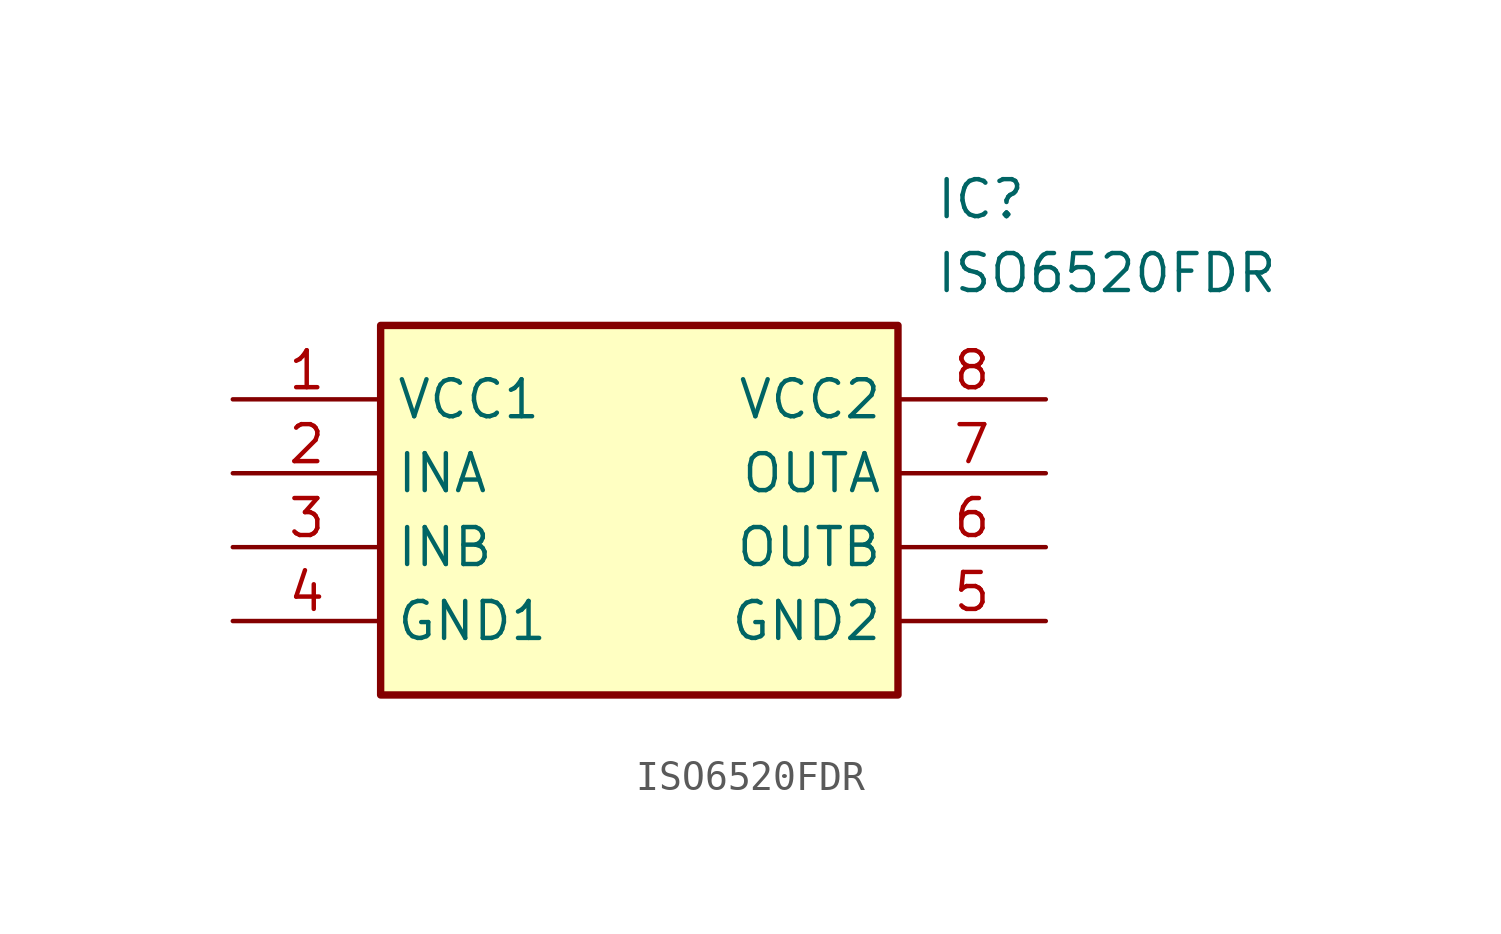
<source format=kicad_sym>
(kicad_symbol_lib
  (version 20211014)
  (generator SamacSys_ECAD_Model)
  (symbol "ISO6520FDR"
    (property "Reference" "IC"
      (at 24.13 7.62 0)
      (effects (font (size 1.27 1.27)) (justify left top)))
    (property "Value" "ISO6520FDR"
      (at 24.13 5.08 0)
      (effects (font (size 1.27 1.27)) (justify left top)))
    (rectangle
      (start 5.08 2.54)
      (end 22.86 -10.16)
      (stroke (width 0.254) (type default))
      (fill (type background)))
    (pin passive line
      (at 0 0 0)
      (length 5.08)
      (name "VCC1" (effects (font (size 1.27 1.27))))
      (number "1" (effects (font (size 1.27 1.27)))))
    (pin passive line
      (at 0 -2.54 0)
      (length 5.08)
      (name "INA" (effects (font (size 1.27 1.27))))
      (number "2" (effects (font (size 1.27 1.27)))))
    (pin passive line
      (at 0 -5.08 0)
      (length 5.08)
      (name "INB" (effects (font (size 1.27 1.27))))
      (number "3" (effects (font (size 1.27 1.27)))))
    (pin passive line
      (at 0 -7.62 0)
      (length 5.08)
      (name "GND1" (effects (font (size 1.27 1.27))))
      (number "4" (effects (font (size 1.27 1.27)))))
    (pin passive line
      (at 27.94 0 180)
      (length 5.08)
      (name "VCC2" (effects (font (size 1.27 1.27))))
      (number "8" (effects (font (size 1.27 1.27)))))
    (pin passive line
      (at 27.94 -2.54 180)
      (length 5.08)
      (name "OUTA" (effects (font (size 1.27 1.27))))
      (number "7" (effects (font (size 1.27 1.27)))))
    (pin passive line
      (at 27.94 -5.08 180)
      (length 5.08)
      (name "OUTB" (effects (font (size 1.27 1.27))))
      (number "6" (effects (font (size 1.27 1.27)))))
    (pin passive line
      (at 27.94 -7.62 180)
      (length 5.08)
      (name "GND2" (effects (font (size 1.27 1.27))))
      (number "5" (effects (font (size 1.27 1.27)))))))
</source>
